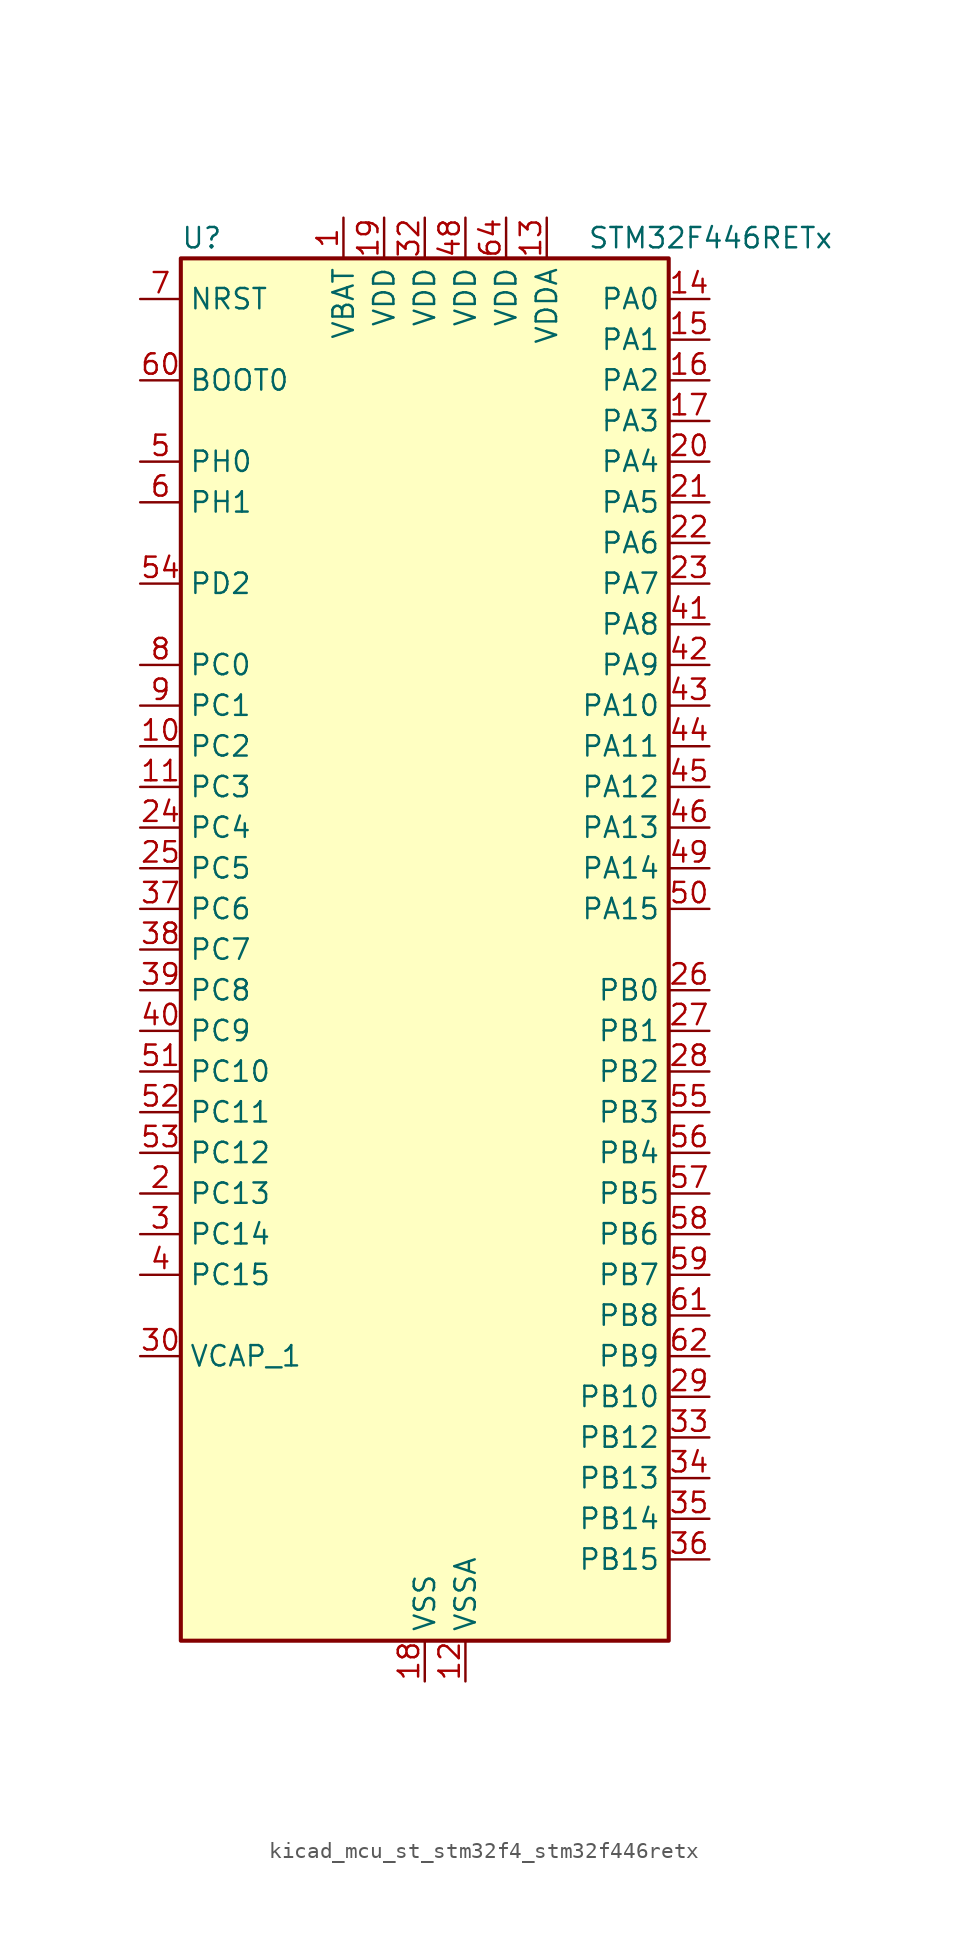
<source format=kicad_sym>
(kicad_symbol_lib
  (version 20220914)
  (generator kicad_symbol_editor)
  (symbol "kicad_mcu_st_stm32f4_stm32f446retx"
    (property "Reference" "U"
      (at -15.24 44.45 0)
      (effects (font (size 1.27 1.27)) (justify left)))
    (property "Value" "STM32F446RETx"
      (at 10.16 44.45 0)
      (effects (font (size 1.27 1.27)) (justify left)))
    (property "ki_locked" ""
      (at 0 0 0)
      (effects (font (size 1.27 1.27))))
    (symbol "kicad_mcu_st_stm32f4_stm32f446retx_0_1"
      (rectangle (start -15.24 -43.18) (end 15.24 43.18) (stroke (width 0.254) (type default)) (fill (type background))))
    (symbol "kicad_mcu_st_stm32f4_stm32f446retx_1_1"
      (pin power_in line (at -5.08 45.72 270) (length 2.54) (name "VBAT" (effects (font (size 1.27 1.27)))) (number "1" (effects (font (size 1.27 1.27)))))
      (pin bidirectional line (at -17.78 12.7 0) (length 2.54) (name "PC2" (effects (font (size 1.27 1.27)))) (number "10" (effects (font (size 1.27 1.27)))) (alternate "ADC1_IN12" bidirectional line) (alternate "ADC2_IN12" bidirectional line) (alternate "ADC3_IN12" bidirectional line) (alternate "SPI2_MISO" bidirectional line) (alternate "USB_OTG_HS_ULPI_DIR" bidirectional line))
      (pin bidirectional line (at -17.78 10.16 0) (length 2.54) (name "PC3" (effects (font (size 1.27 1.27)))) (number "11" (effects (font (size 1.27 1.27)))) (alternate "ADC1_IN13" bidirectional line) (alternate "ADC2_IN13" bidirectional line) (alternate "ADC3_IN13" bidirectional line) (alternate "I2S2_SD" bidirectional line) (alternate "SPI2_MOSI" bidirectional line) (alternate "USB_OTG_HS_ULPI_NXT" bidirectional line))
      (pin power_in line (at 2.54 -45.72 90) (length 2.54) (name "VSSA" (effects (font (size 1.27 1.27)))) (number "12" (effects (font (size 1.27 1.27)))))
      (pin power_in line (at 7.62 45.72 270) (length 2.54) (name "VDDA" (effects (font (size 1.27 1.27)))) (number "13" (effects (font (size 1.27 1.27)))))
      (pin bidirectional line (at 17.78 40.64 180) (length 2.54) (name "PA0" (effects (font (size 1.27 1.27)))) (number "14" (effects (font (size 1.27 1.27)))) (alternate "ADC1_IN0" bidirectional line) (alternate "ADC2_IN0" bidirectional line) (alternate "ADC3_IN0" bidirectional line) (alternate "RTC_AF2" bidirectional line) (alternate "SYS_WKUP0" bidirectional line) (alternate "TIM2_CH1" bidirectional line) (alternate "TIM2_ETR" bidirectional line) (alternate "TIM5_CH1" bidirectional line) (alternate "TIM8_ETR" bidirectional line) (alternate "UART4_TX" bidirectional line) (alternate "USART2_CTS" bidirectional line))
      (pin bidirectional line (at 17.78 38.1 180) (length 2.54) (name "PA1" (effects (font (size 1.27 1.27)))) (number "15" (effects (font (size 1.27 1.27)))) (alternate "ADC1_IN1" bidirectional line) (alternate "ADC2_IN1" bidirectional line) (alternate "ADC3_IN1" bidirectional line) (alternate "QUADSPI_BK1_IO3" bidirectional line) (alternate "TIM2_CH2" bidirectional line) (alternate "TIM5_CH2" bidirectional line) (alternate "UART4_RX" bidirectional line) (alternate "USART2_RTS" bidirectional line))
      (pin bidirectional line (at 17.78 35.56 180) (length 2.54) (name "PA2" (effects (font (size 1.27 1.27)))) (number "16" (effects (font (size 1.27 1.27)))) (alternate "ADC1_IN2" bidirectional line) (alternate "ADC2_IN2" bidirectional line) (alternate "ADC3_IN2" bidirectional line) (alternate "TIM2_CH3" bidirectional line) (alternate "TIM5_CH3" bidirectional line) (alternate "TIM9_CH1" bidirectional line) (alternate "USART2_TX" bidirectional line))
      (pin bidirectional line (at 17.78 33.02 180) (length 2.54) (name "PA3" (effects (font (size 1.27 1.27)))) (number "17" (effects (font (size 1.27 1.27)))) (alternate "ADC1_IN3" bidirectional line) (alternate "ADC2_IN3" bidirectional line) (alternate "ADC3_IN3" bidirectional line) (alternate "SAI1_FS_A" bidirectional line) (alternate "TIM2_CH4" bidirectional line) (alternate "TIM5_CH4" bidirectional line) (alternate "TIM9_CH2" bidirectional line) (alternate "USART2_RX" bidirectional line) (alternate "USB_OTG_HS_ULPI_D0" bidirectional line))
      (pin power_in line (at 0 -45.72 90) (length 2.54) (name "VSS" (effects (font (size 1.27 1.27)))) (number "18" (effects (font (size 1.27 1.27)))))
      (pin power_in line (at -2.54 45.72 270) (length 2.54) (name "VDD" (effects (font (size 1.27 1.27)))) (number "19" (effects (font (size 1.27 1.27)))))
      (pin bidirectional line (at -17.78 -15.24 0) (length 2.54) (name "PC13" (effects (font (size 1.27 1.27)))) (number "2" (effects (font (size 1.27 1.27)))) (alternate "RTC_AF1" bidirectional line) (alternate "SYS_WKUP1" bidirectional line))
      (pin bidirectional line (at 17.78 30.48 180) (length 2.54) (name "PA4" (effects (font (size 1.27 1.27)))) (number "20" (effects (font (size 1.27 1.27)))) (alternate "ADC1_IN4" bidirectional line) (alternate "ADC2_IN4" bidirectional line) (alternate "DAC_OUT1" bidirectional line) (alternate "DCMI_HSYNC" bidirectional line) (alternate "I2S1_WS" bidirectional line) (alternate "I2S3_WS" bidirectional line) (alternate "SPI1_NSS" bidirectional line) (alternate "SPI3_NSS" bidirectional line) (alternate "USART2_CK" bidirectional line) (alternate "USB_OTG_HS_SOF" bidirectional line))
      (pin bidirectional line (at 17.78 27.94 180) (length 2.54) (name "PA5" (effects (font (size 1.27 1.27)))) (number "21" (effects (font (size 1.27 1.27)))) (alternate "ADC1_IN5" bidirectional line) (alternate "ADC2_IN5" bidirectional line) (alternate "DAC_OUT2" bidirectional line) (alternate "I2S1_CK" bidirectional line) (alternate "SPI1_SCK" bidirectional line) (alternate "TIM2_CH1" bidirectional line) (alternate "TIM2_ETR" bidirectional line) (alternate "TIM8_CH1N" bidirectional line) (alternate "USB_OTG_HS_ULPI_CK" bidirectional line))
      (pin bidirectional line (at 17.78 25.4 180) (length 2.54) (name "PA6" (effects (font (size 1.27 1.27)))) (number "22" (effects (font (size 1.27 1.27)))) (alternate "ADC1_IN6" bidirectional line) (alternate "ADC2_IN6" bidirectional line) (alternate "DCMI_PIXCLK" bidirectional line) (alternate "I2S2_MCK" bidirectional line) (alternate "SPI1_MISO" bidirectional line) (alternate "TIM13_CH1" bidirectional line) (alternate "TIM1_BKIN" bidirectional line) (alternate "TIM3_CH1" bidirectional line) (alternate "TIM8_BKIN" bidirectional line))
      (pin bidirectional line (at 17.78 22.86 180) (length 2.54) (name "PA7" (effects (font (size 1.27 1.27)))) (number "23" (effects (font (size 1.27 1.27)))) (alternate "ADC1_IN7" bidirectional line) (alternate "ADC2_IN7" bidirectional line) (alternate "I2S1_SD" bidirectional line) (alternate "SPI1_MOSI" bidirectional line) (alternate "TIM14_CH1" bidirectional line) (alternate "TIM1_CH1N" bidirectional line) (alternate "TIM3_CH2" bidirectional line) (alternate "TIM8_CH1N" bidirectional line))
      (pin bidirectional line (at -17.78 7.62 0) (length 2.54) (name "PC4" (effects (font (size 1.27 1.27)))) (number "24" (effects (font (size 1.27 1.27)))) (alternate "ADC1_IN14" bidirectional line) (alternate "ADC2_IN14" bidirectional line) (alternate "I2S1_MCK" bidirectional line) (alternate "SPDIFRX_IN2" bidirectional line))
      (pin bidirectional line (at -17.78 5.08 0) (length 2.54) (name "PC5" (effects (font (size 1.27 1.27)))) (number "25" (effects (font (size 1.27 1.27)))) (alternate "ADC1_IN15" bidirectional line) (alternate "ADC2_IN15" bidirectional line) (alternate "SPDIFRX_IN3" bidirectional line) (alternate "USART3_RX" bidirectional line))
      (pin bidirectional line (at 17.78 -2.54 180) (length 2.54) (name "PB0" (effects (font (size 1.27 1.27)))) (number "26" (effects (font (size 1.27 1.27)))) (alternate "ADC1_IN8" bidirectional line) (alternate "ADC2_IN8" bidirectional line) (alternate "I2S3_SD" bidirectional line) (alternate "SDIO_D1" bidirectional line) (alternate "SPI3_MOSI" bidirectional line) (alternate "TIM1_CH2N" bidirectional line) (alternate "TIM3_CH3" bidirectional line) (alternate "TIM8_CH2N" bidirectional line) (alternate "UART4_CTS" bidirectional line) (alternate "USB_OTG_HS_ULPI_D1" bidirectional line))
      (pin bidirectional line (at 17.78 -5.08 180) (length 2.54) (name "PB1" (effects (font (size 1.27 1.27)))) (number "27" (effects (font (size 1.27 1.27)))) (alternate "ADC1_IN9" bidirectional line) (alternate "ADC2_IN9" bidirectional line) (alternate "SDIO_D2" bidirectional line) (alternate "TIM1_CH3N" bidirectional line) (alternate "TIM3_CH4" bidirectional line) (alternate "TIM8_CH3N" bidirectional line) (alternate "USB_OTG_HS_ULPI_D2" bidirectional line))
      (pin bidirectional line (at 17.78 -7.62 180) (length 2.54) (name "PB2" (effects (font (size 1.27 1.27)))) (number "28" (effects (font (size 1.27 1.27)))) (alternate "I2S3_SD" bidirectional line) (alternate "QUADSPI_CLK" bidirectional line) (alternate "SAI1_SD_A" bidirectional line) (alternate "SDIO_CK" bidirectional line) (alternate "SPI3_MOSI" bidirectional line) (alternate "TIM2_CH4" bidirectional line) (alternate "USB_OTG_HS_ULPI_D4" bidirectional line))
      (pin bidirectional line (at 17.78 -27.94 180) (length 2.54) (name "PB10" (effects (font (size 1.27 1.27)))) (number "29" (effects (font (size 1.27 1.27)))) (alternate "I2C2_SCL" bidirectional line) (alternate "I2S2_CK" bidirectional line) (alternate "SAI1_SCK_A" bidirectional line) (alternate "SPI2_SCK" bidirectional line) (alternate "TIM2_CH3" bidirectional line) (alternate "USART3_TX" bidirectional line) (alternate "USB_OTG_HS_ULPI_D3" bidirectional line))
      (pin bidirectional line (at -17.78 -17.78 0) (length 2.54) (name "PC14" (effects (font (size 1.27 1.27)))) (number "3" (effects (font (size 1.27 1.27)))) (alternate "RCC_OSC32_IN" bidirectional line))
      (pin power_out line (at -17.78 -25.4 0) (length 2.54) (name "VCAP_1" (effects (font (size 1.27 1.27)))) (number "30" (effects (font (size 1.27 1.27)))))
      (pin passive line (at 0 -45.72 90) (length 2.54) hide (name "VSS" (effects (font (size 1.27 1.27)))) (number "31" (effects (font (size 1.27 1.27)))))
      (pin power_in line (at 0 45.72 270) (length 2.54) (name "VDD" (effects (font (size 1.27 1.27)))) (number "32" (effects (font (size 1.27 1.27)))))
      (pin bidirectional line (at 17.78 -30.48 180) (length 2.54) (name "PB12" (effects (font (size 1.27 1.27)))) (number "33" (effects (font (size 1.27 1.27)))) (alternate "CAN2_RX" bidirectional line) (alternate "I2C2_SMBA" bidirectional line) (alternate "I2S2_WS" bidirectional line) (alternate "SAI1_SCK_B" bidirectional line) (alternate "SPI2_NSS" bidirectional line) (alternate "TIM1_BKIN" bidirectional line) (alternate "USART3_CK" bidirectional line) (alternate "USB_OTG_HS_ID" bidirectional line) (alternate "USB_OTG_HS_ULPI_D5" bidirectional line))
      (pin bidirectional line (at 17.78 -33.02 180) (length 2.54) (name "PB13" (effects (font (size 1.27 1.27)))) (number "34" (effects (font (size 1.27 1.27)))) (alternate "CAN2_TX" bidirectional line) (alternate "I2S2_CK" bidirectional line) (alternate "SPI2_SCK" bidirectional line) (alternate "TIM1_CH1N" bidirectional line) (alternate "USART3_CTS" bidirectional line) (alternate "USB_OTG_HS_ULPI_D6" bidirectional line) (alternate "USB_OTG_HS_VBUS" bidirectional line))
      (pin bidirectional line (at 17.78 -35.56 180) (length 2.54) (name "PB14" (effects (font (size 1.27 1.27)))) (number "35" (effects (font (size 1.27 1.27)))) (alternate "SPI2_MISO" bidirectional line) (alternate "TIM12_CH1" bidirectional line) (alternate "TIM1_CH2N" bidirectional line) (alternate "TIM8_CH2N" bidirectional line) (alternate "USART3_RTS" bidirectional line) (alternate "USB_OTG_HS_DM" bidirectional line))
      (pin bidirectional line (at 17.78 -38.1 180) (length 2.54) (name "PB15" (effects (font (size 1.27 1.27)))) (number "36" (effects (font (size 1.27 1.27)))) (alternate "ADC1_EXTI15" bidirectional line) (alternate "ADC2_EXTI15" bidirectional line) (alternate "ADC3_EXTI15" bidirectional line) (alternate "I2S2_SD" bidirectional line) (alternate "RTC_REFIN" bidirectional line) (alternate "SPI2_MOSI" bidirectional line) (alternate "TIM12_CH2" bidirectional line) (alternate "TIM1_CH3N" bidirectional line) (alternate "TIM8_CH3N" bidirectional line) (alternate "USB_OTG_HS_DP" bidirectional line))
      (pin bidirectional line (at -17.78 2.54 0) (length 2.54) (name "PC6" (effects (font (size 1.27 1.27)))) (number "37" (effects (font (size 1.27 1.27)))) (alternate "DCMI_D0" bidirectional line) (alternate "FMPI2C1_SCL" bidirectional line) (alternate "I2S2_MCK" bidirectional line) (alternate "SDIO_D6" bidirectional line) (alternate "TIM3_CH1" bidirectional line) (alternate "TIM8_CH1" bidirectional line) (alternate "USART6_TX" bidirectional line))
      (pin bidirectional line (at -17.78 0 0) (length 2.54) (name "PC7" (effects (font (size 1.27 1.27)))) (number "38" (effects (font (size 1.27 1.27)))) (alternate "DCMI_D1" bidirectional line) (alternate "FMPI2C1_SDA" bidirectional line) (alternate "I2S2_CK" bidirectional line) (alternate "I2S3_MCK" bidirectional line) (alternate "SDIO_D7" bidirectional line) (alternate "SPDIFRX_IN1" bidirectional line) (alternate "SPI2_SCK" bidirectional line) (alternate "TIM3_CH2" bidirectional line) (alternate "TIM8_CH2" bidirectional line) (alternate "USART6_RX" bidirectional line))
      (pin bidirectional line (at -17.78 -2.54 0) (length 2.54) (name "PC8" (effects (font (size 1.27 1.27)))) (number "39" (effects (font (size 1.27 1.27)))) (alternate "DCMI_D2" bidirectional line) (alternate "SDIO_D0" bidirectional line) (alternate "SYS_TRACED0" bidirectional line) (alternate "TIM3_CH3" bidirectional line) (alternate "TIM8_CH3" bidirectional line) (alternate "UART5_RTS" bidirectional line) (alternate "USART6_CK" bidirectional line))
      (pin bidirectional line (at -17.78 -20.32 0) (length 2.54) (name "PC15" (effects (font (size 1.27 1.27)))) (number "4" (effects (font (size 1.27 1.27)))) (alternate "ADC1_EXTI15" bidirectional line) (alternate "ADC2_EXTI15" bidirectional line) (alternate "ADC3_EXTI15" bidirectional line) (alternate "RCC_OSC32_OUT" bidirectional line))
      (pin bidirectional line (at -17.78 -5.08 0) (length 2.54) (name "PC9" (effects (font (size 1.27 1.27)))) (number "40" (effects (font (size 1.27 1.27)))) (alternate "DAC_EXTI9" bidirectional line) (alternate "DCMI_D3" bidirectional line) (alternate "I2C3_SDA" bidirectional line) (alternate "I2S_CKIN" bidirectional line) (alternate "QUADSPI_BK1_IO0" bidirectional line) (alternate "RCC_MCO_2" bidirectional line) (alternate "SDIO_D1" bidirectional line) (alternate "TIM3_CH4" bidirectional line) (alternate "TIM8_CH4" bidirectional line) (alternate "UART5_CTS" bidirectional line))
      (pin bidirectional line (at 17.78 20.32 180) (length 2.54) (name "PA8" (effects (font (size 1.27 1.27)))) (number "41" (effects (font (size 1.27 1.27)))) (alternate "I2C3_SCL" bidirectional line) (alternate "RCC_MCO_1" bidirectional line) (alternate "TIM1_CH1" bidirectional line) (alternate "USART1_CK" bidirectional line) (alternate "USB_OTG_FS_SOF" bidirectional line))
      (pin bidirectional line (at 17.78 17.78 180) (length 2.54) (name "PA9" (effects (font (size 1.27 1.27)))) (number "42" (effects (font (size 1.27 1.27)))) (alternate "DAC_EXTI9" bidirectional line) (alternate "DCMI_D0" bidirectional line) (alternate "I2C3_SMBA" bidirectional line) (alternate "I2S2_CK" bidirectional line) (alternate "SAI1_SD_B" bidirectional line) (alternate "SPI2_SCK" bidirectional line) (alternate "TIM1_CH2" bidirectional line) (alternate "USART1_TX" bidirectional line) (alternate "USB_OTG_FS_VBUS" bidirectional line))
      (pin bidirectional line (at 17.78 15.24 180) (length 2.54) (name "PA10" (effects (font (size 1.27 1.27)))) (number "43" (effects (font (size 1.27 1.27)))) (alternate "DCMI_D1" bidirectional line) (alternate "TIM1_CH3" bidirectional line) (alternate "USART1_RX" bidirectional line) (alternate "USB_OTG_FS_ID" bidirectional line))
      (pin bidirectional line (at 17.78 12.7 180) (length 2.54) (name "PA11" (effects (font (size 1.27 1.27)))) (number "44" (effects (font (size 1.27 1.27)))) (alternate "ADC1_EXTI11" bidirectional line) (alternate "ADC2_EXTI11" bidirectional line) (alternate "ADC3_EXTI11" bidirectional line) (alternate "CAN1_RX" bidirectional line) (alternate "TIM1_CH4" bidirectional line) (alternate "USART1_CTS" bidirectional line) (alternate "USB_OTG_FS_DM" bidirectional line))
      (pin bidirectional line (at 17.78 10.16 180) (length 2.54) (name "PA12" (effects (font (size 1.27 1.27)))) (number "45" (effects (font (size 1.27 1.27)))) (alternate "CAN1_TX" bidirectional line) (alternate "TIM1_ETR" bidirectional line) (alternate "USART1_RTS" bidirectional line) (alternate "USB_OTG_FS_DP" bidirectional line))
      (pin bidirectional line (at 17.78 7.62 180) (length 2.54) (name "PA13" (effects (font (size 1.27 1.27)))) (number "46" (effects (font (size 1.27 1.27)))) (alternate "SYS_JTMS-SWDIO" bidirectional line))
      (pin passive line (at 0 -45.72 90) (length 2.54) hide (name "VSS" (effects (font (size 1.27 1.27)))) (number "47" (effects (font (size 1.27 1.27)))))
      (pin power_in line (at 2.54 45.72 270) (length 2.54) (name "VDD" (effects (font (size 1.27 1.27)))) (number "48" (effects (font (size 1.27 1.27)))))
      (pin bidirectional line (at 17.78 5.08 180) (length 2.54) (name "PA14" (effects (font (size 1.27 1.27)))) (number "49" (effects (font (size 1.27 1.27)))) (alternate "SYS_JTCK-SWCLK" bidirectional line))
      (pin bidirectional line (at -17.78 30.48 0) (length 2.54) (name "PH0" (effects (font (size 1.27 1.27)))) (number "5" (effects (font (size 1.27 1.27)))) (alternate "RCC_OSC_IN" bidirectional line))
      (pin bidirectional line (at 17.78 2.54 180) (length 2.54) (name "PA15" (effects (font (size 1.27 1.27)))) (number "50" (effects (font (size 1.27 1.27)))) (alternate "ADC1_EXTI15" bidirectional line) (alternate "ADC2_EXTI15" bidirectional line) (alternate "ADC3_EXTI15" bidirectional line) (alternate "CEC" bidirectional line) (alternate "I2S1_WS" bidirectional line) (alternate "I2S3_WS" bidirectional line) (alternate "SPI1_NSS" bidirectional line) (alternate "SPI3_NSS" bidirectional line) (alternate "SYS_JTDI" bidirectional line) (alternate "TIM2_CH1" bidirectional line) (alternate "TIM2_ETR" bidirectional line) (alternate "UART4_RTS" bidirectional line))
      (pin bidirectional line (at -17.78 -7.62 0) (length 2.54) (name "PC10" (effects (font (size 1.27 1.27)))) (number "51" (effects (font (size 1.27 1.27)))) (alternate "DCMI_D8" bidirectional line) (alternate "I2S3_CK" bidirectional line) (alternate "QUADSPI_BK1_IO1" bidirectional line) (alternate "SDIO_D2" bidirectional line) (alternate "SPI3_SCK" bidirectional line) (alternate "UART4_TX" bidirectional line) (alternate "USART3_TX" bidirectional line))
      (pin bidirectional line (at -17.78 -10.16 0) (length 2.54) (name "PC11" (effects (font (size 1.27 1.27)))) (number "52" (effects (font (size 1.27 1.27)))) (alternate "ADC1_EXTI11" bidirectional line) (alternate "ADC2_EXTI11" bidirectional line) (alternate "ADC3_EXTI11" bidirectional line) (alternate "DCMI_D4" bidirectional line) (alternate "QUADSPI_BK2_NCS" bidirectional line) (alternate "SDIO_D3" bidirectional line) (alternate "SPI3_MISO" bidirectional line) (alternate "UART4_RX" bidirectional line) (alternate "USART3_RX" bidirectional line))
      (pin bidirectional line (at -17.78 -12.7 0) (length 2.54) (name "PC12" (effects (font (size 1.27 1.27)))) (number "53" (effects (font (size 1.27 1.27)))) (alternate "DCMI_D9" bidirectional line) (alternate "I2C2_SDA" bidirectional line) (alternate "I2S3_SD" bidirectional line) (alternate "SDIO_CK" bidirectional line) (alternate "SPI3_MOSI" bidirectional line) (alternate "UART5_TX" bidirectional line) (alternate "USART3_CK" bidirectional line))
      (pin bidirectional line (at -17.78 22.86 0) (length 2.54) (name "PD2" (effects (font (size 1.27 1.27)))) (number "54" (effects (font (size 1.27 1.27)))) (alternate "DCMI_D11" bidirectional line) (alternate "SDIO_CMD" bidirectional line) (alternate "TIM3_ETR" bidirectional line) (alternate "UART5_RX" bidirectional line))
      (pin bidirectional line (at 17.78 -10.16 180) (length 2.54) (name "PB3" (effects (font (size 1.27 1.27)))) (number "55" (effects (font (size 1.27 1.27)))) (alternate "I2C2_SDA" bidirectional line) (alternate "I2S1_CK" bidirectional line) (alternate "I2S3_CK" bidirectional line) (alternate "SPI1_SCK" bidirectional line) (alternate "SPI3_SCK" bidirectional line) (alternate "SYS_JTDO-SWO" bidirectional line) (alternate "TIM2_CH2" bidirectional line))
      (pin bidirectional line (at 17.78 -12.7 180) (length 2.54) (name "PB4" (effects (font (size 1.27 1.27)))) (number "56" (effects (font (size 1.27 1.27)))) (alternate "I2C3_SDA" bidirectional line) (alternate "I2S2_WS" bidirectional line) (alternate "SPI1_MISO" bidirectional line) (alternate "SPI2_NSS" bidirectional line) (alternate "SPI3_MISO" bidirectional line) (alternate "SYS_JTRST" bidirectional line) (alternate "TIM3_CH1" bidirectional line))
      (pin bidirectional line (at 17.78 -15.24 180) (length 2.54) (name "PB5" (effects (font (size 1.27 1.27)))) (number "57" (effects (font (size 1.27 1.27)))) (alternate "CAN2_RX" bidirectional line) (alternate "DCMI_D10" bidirectional line) (alternate "I2C1_SMBA" bidirectional line) (alternate "I2S1_SD" bidirectional line) (alternate "I2S3_SD" bidirectional line) (alternate "SPI1_MOSI" bidirectional line) (alternate "SPI3_MOSI" bidirectional line) (alternate "TIM3_CH2" bidirectional line) (alternate "USB_OTG_HS_ULPI_D7" bidirectional line))
      (pin bidirectional line (at 17.78 -17.78 180) (length 2.54) (name "PB6" (effects (font (size 1.27 1.27)))) (number "58" (effects (font (size 1.27 1.27)))) (alternate "CAN2_TX" bidirectional line) (alternate "CEC" bidirectional line) (alternate "DCMI_D5" bidirectional line) (alternate "I2C1_SCL" bidirectional line) (alternate "QUADSPI_BK1_NCS" bidirectional line) (alternate "TIM4_CH1" bidirectional line) (alternate "USART1_TX" bidirectional line))
      (pin bidirectional line (at 17.78 -20.32 180) (length 2.54) (name "PB7" (effects (font (size 1.27 1.27)))) (number "59" (effects (font (size 1.27 1.27)))) (alternate "DCMI_VSYNC" bidirectional line) (alternate "I2C1_SDA" bidirectional line) (alternate "SPDIFRX_IN0" bidirectional line) (alternate "TIM4_CH2" bidirectional line) (alternate "USART1_RX" bidirectional line))
      (pin bidirectional line (at -17.78 27.94 0) (length 2.54) (name "PH1" (effects (font (size 1.27 1.27)))) (number "6" (effects (font (size 1.27 1.27)))) (alternate "RCC_OSC_OUT" bidirectional line))
      (pin input line (at -17.78 35.56 0) (length 2.54) (name "BOOT0" (effects (font (size 1.27 1.27)))) (number "60" (effects (font (size 1.27 1.27)))))
      (pin bidirectional line (at 17.78 -22.86 180) (length 2.54) (name "PB8" (effects (font (size 1.27 1.27)))) (number "61" (effects (font (size 1.27 1.27)))) (alternate "CAN1_RX" bidirectional line) (alternate "DCMI_D6" bidirectional line) (alternate "I2C1_SCL" bidirectional line) (alternate "SDIO_D4" bidirectional line) (alternate "TIM10_CH1" bidirectional line) (alternate "TIM2_CH1" bidirectional line) (alternate "TIM2_ETR" bidirectional line) (alternate "TIM4_CH3" bidirectional line))
      (pin bidirectional line (at 17.78 -25.4 180) (length 2.54) (name "PB9" (effects (font (size 1.27 1.27)))) (number "62" (effects (font (size 1.27 1.27)))) (alternate "CAN1_TX" bidirectional line) (alternate "DAC_EXTI9" bidirectional line) (alternate "DCMI_D7" bidirectional line) (alternate "I2C1_SDA" bidirectional line) (alternate "I2S2_WS" bidirectional line) (alternate "SAI1_FS_B" bidirectional line) (alternate "SDIO_D5" bidirectional line) (alternate "SPI2_NSS" bidirectional line) (alternate "TIM11_CH1" bidirectional line) (alternate "TIM2_CH2" bidirectional line) (alternate "TIM4_CH4" bidirectional line))
      (pin passive line (at 0 -45.72 90) (length 2.54) hide (name "VSS" (effects (font (size 1.27 1.27)))) (number "63" (effects (font (size 1.27 1.27)))))
      (pin power_in line (at 5.08 45.72 270) (length 2.54) (name "VDD" (effects (font (size 1.27 1.27)))) (number "64" (effects (font (size 1.27 1.27)))))
      (pin input line (at -17.78 40.64 0) (length 2.54) (name "NRST" (effects (font (size 1.27 1.27)))) (number "7" (effects (font (size 1.27 1.27)))))
      (pin bidirectional line (at -17.78 17.78 0) (length 2.54) (name "PC0" (effects (font (size 1.27 1.27)))) (number "8" (effects (font (size 1.27 1.27)))) (alternate "ADC1_IN10" bidirectional line) (alternate "ADC2_IN10" bidirectional line) (alternate "ADC3_IN10" bidirectional line) (alternate "SAI1_MCLK_B" bidirectional line) (alternate "USB_OTG_HS_ULPI_STP" bidirectional line))
      (pin bidirectional line (at -17.78 15.24 0) (length 2.54) (name "PC1" (effects (font (size 1.27 1.27)))) (number "9" (effects (font (size 1.27 1.27)))) (alternate "ADC1_IN11" bidirectional line) (alternate "ADC2_IN11" bidirectional line) (alternate "ADC3_IN11" bidirectional line) (alternate "I2S2_SD" bidirectional line) (alternate "I2S3_SD" bidirectional line) (alternate "SAI1_SD_A" bidirectional line) (alternate "SPI2_MOSI" bidirectional line) (alternate "SPI3_MOSI" bidirectional line)))))
</source>
